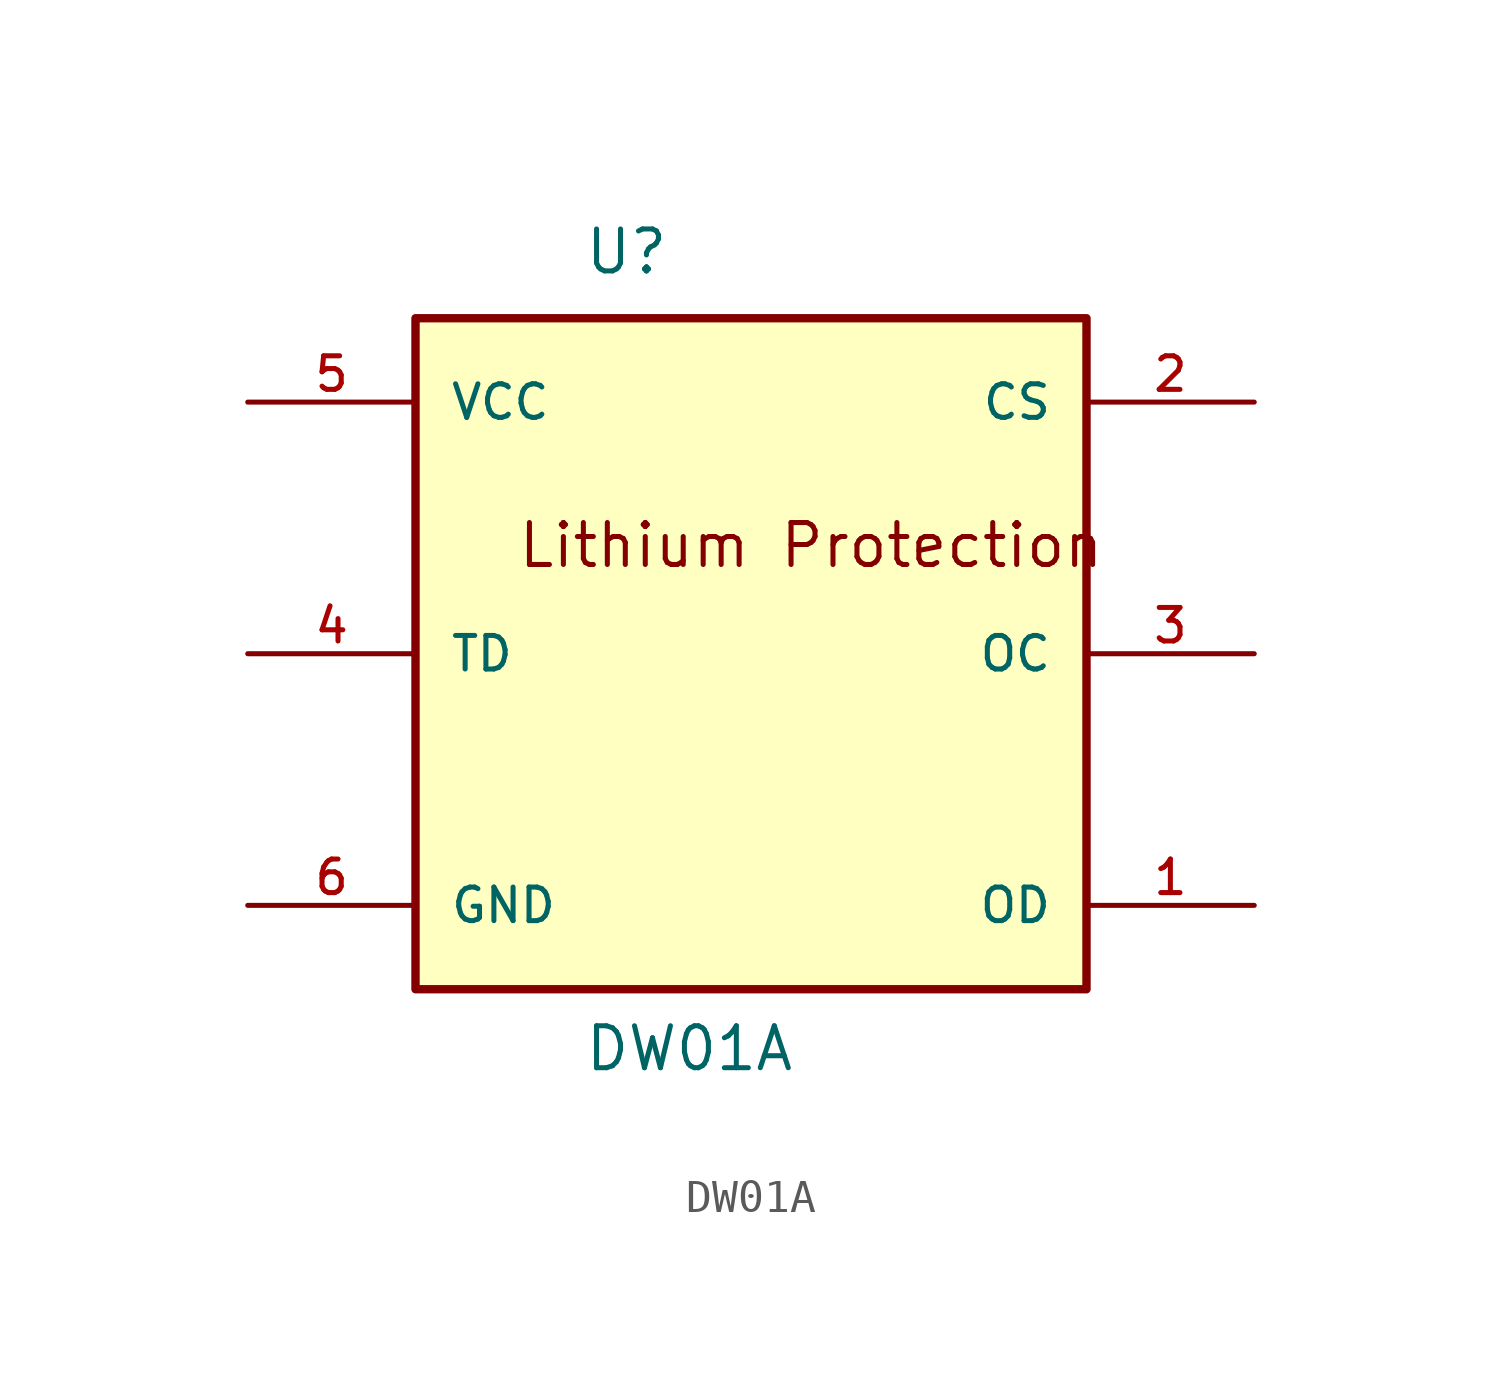
<source format=kicad_sym>
(kicad_symbol_lib
  (version 20211014)
  (generator kicad_symbol_editor)
  (symbol "DW01A"
    (pin_names
      (offset 1.016))
    (property "Reference" "U"
      (at -5.08 11.43 0)
      (effects (font (size 1.27 1.27)) (justify bottom left)))
    (property "Value" "DW01A"
      (at -5.08 -12.7 0)
      (effects (font (size 1.27 1.27)) (justify bottom left)))
    (symbol "DW01A_0_0"
      (text "Lithium Protection" (at -7.112 2.54 0) (effects (font (size 1.27 1.27)) (justify bottom left)))
      (rectangle (start -10.16 -10.16) (end 10.16 10.16) (stroke (width 0.254)) (fill (type background)))
      (pin power_in line (at -15.24 7.62 0) (length 5.08) (name "VCC" (effects (font (size 1.016 1.016)))) (number "5" (effects (font (size 1.016 1.016)))))
      (pin power_in line (at -15.24 -7.62 0) (length 5.08) (name "GND" (effects (font (size 1.016 1.016)))) (number "6" (effects (font (size 1.016 1.016)))))
      (pin bidirectional line (at -15.24 0.0 0) (length 5.08) (name "TD" (effects (font (size 1.016 1.016)))) (number "4" (effects (font (size 1.016 1.016)))))
      (pin bidirectional line (at 15.24 -7.62 180.0) (length 5.08) (name "OD" (effects (font (size 1.016 1.016)))) (number "1" (effects (font (size 1.016 1.016)))))
      (pin bidirectional line (at 15.24 0.0 180.0) (length 5.08) (name "OC" (effects (font (size 1.016 1.016)))) (number "3" (effects (font (size 1.016 1.016)))))
      (pin bidirectional line (at 15.24 7.62 180.0) (length 5.08) (name "CS" (effects (font (size 1.016 1.016)))) (number "2" (effects (font (size 1.016 1.016))))))))
</source>
